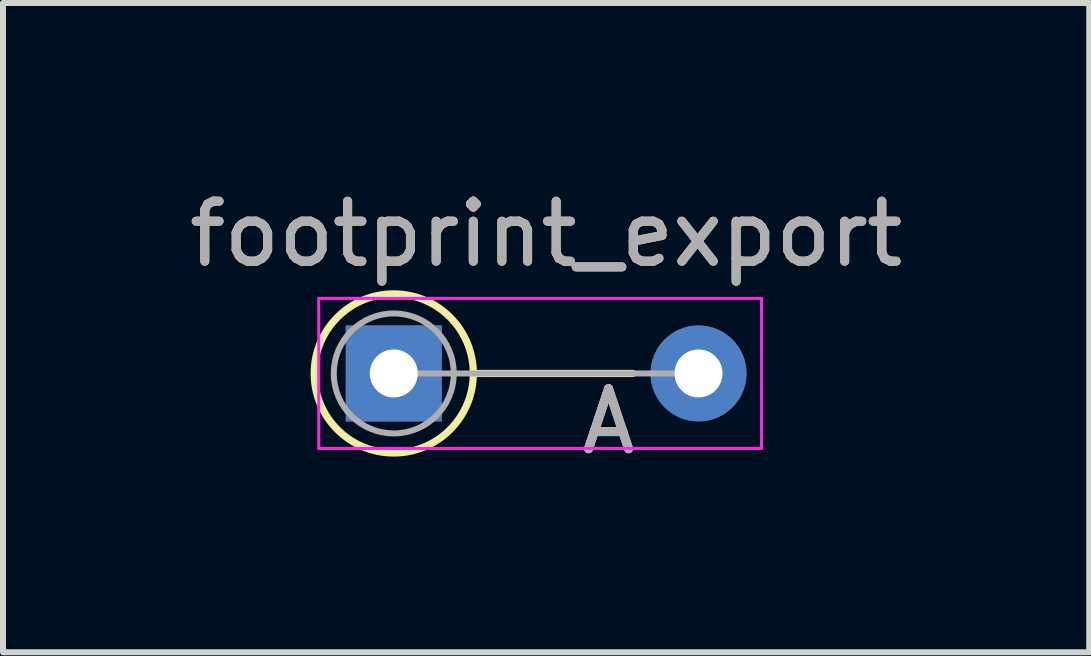
<source format=kicad_pcb>
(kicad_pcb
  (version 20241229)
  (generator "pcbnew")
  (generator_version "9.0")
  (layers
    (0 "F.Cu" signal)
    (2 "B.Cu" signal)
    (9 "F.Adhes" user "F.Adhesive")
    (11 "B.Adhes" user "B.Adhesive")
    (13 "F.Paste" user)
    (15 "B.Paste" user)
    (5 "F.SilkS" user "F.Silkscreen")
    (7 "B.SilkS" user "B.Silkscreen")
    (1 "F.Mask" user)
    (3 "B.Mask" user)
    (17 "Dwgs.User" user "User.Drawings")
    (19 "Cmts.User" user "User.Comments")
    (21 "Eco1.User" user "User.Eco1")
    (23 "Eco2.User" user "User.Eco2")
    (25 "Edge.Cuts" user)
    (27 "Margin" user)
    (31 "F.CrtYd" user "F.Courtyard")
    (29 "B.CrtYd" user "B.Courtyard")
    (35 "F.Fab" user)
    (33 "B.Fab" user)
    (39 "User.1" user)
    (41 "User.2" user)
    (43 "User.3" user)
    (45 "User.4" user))
  (footprint "footprint_export"
    (layer "F.Cu")
    (at 3.514 3.175)
    (property "Reference" "footprint_export" (at 2.54 -2.326 0) (layer "F.SilkS") (effects (font (size 1 1) (thickness 0.15))))
    (attr through_hole)
    (fp_line (start 1.326 0) (end 3.98 0) (stroke (width 0.12) (type solid)) (layer "F.SilkS"))
    (fp_circle (center 0 0) (end 1.326 0) (stroke (width 0.12) (type solid)) (fill no) (layer "F.SilkS"))
    (fp_line (start -1.25 -1.25) (end -1.25 1.25) (stroke (width 0.05) (type solid)) (layer "F.CrtYd"))
    (fp_line (start -1.25 1.25) (end 6.13 1.25) (stroke (width 0.05) (type solid)) (layer "F.CrtYd"))
    (fp_line (start 6.13 -1.25) (end -1.25 -1.25) (stroke (width 0.05) (type solid)) (layer "F.CrtYd"))
    (fp_line (start 6.13 1.25) (end 6.13 -1.25) (stroke (width 0.05) (type solid)) (layer "F.CrtYd"))
    (fp_line (start 0 0) (end 5.08 0) (stroke (width 0.1) (type solid)) (layer "F.Fab"))
    (fp_circle (center 0 0) (end 1 0) (stroke (width 0.1) (type solid)) (fill no) (layer "F.Fab"))
    (fp_text user "A" (at 3.58 0.8 0) (layer "F.SilkS") (effects (font (size 1 1) (thickness 0.15))))
    (fp_text user "${REFERENCE}" (at 2.54 -2.326 0) (layer "F.Fab") (effects (font (size 1 1) (thickness 0.15))))
    (fp_text user "A" (at 3.58 0.8 0) (layer "F.Fab") (effects (font (size 1 1) (thickness 0.15))))
    (pad "1" thru_hole rect (at 0 0) (size 1.6 1.6) (drill 0.8) (layers "*.Cu" "*.Mask"))
    (pad "2" thru_hole oval (at 5.08 0) (size 1.6 1.6) (drill 0.8) (layers "*.Cu" "*.Mask")))
  (gr_rect
    (start -3 -3)
    (end 15.107 7.823)
    (stroke (width 0.1) (type default))
    (fill no)
    (layer "Edge.Cuts")))
</source>
